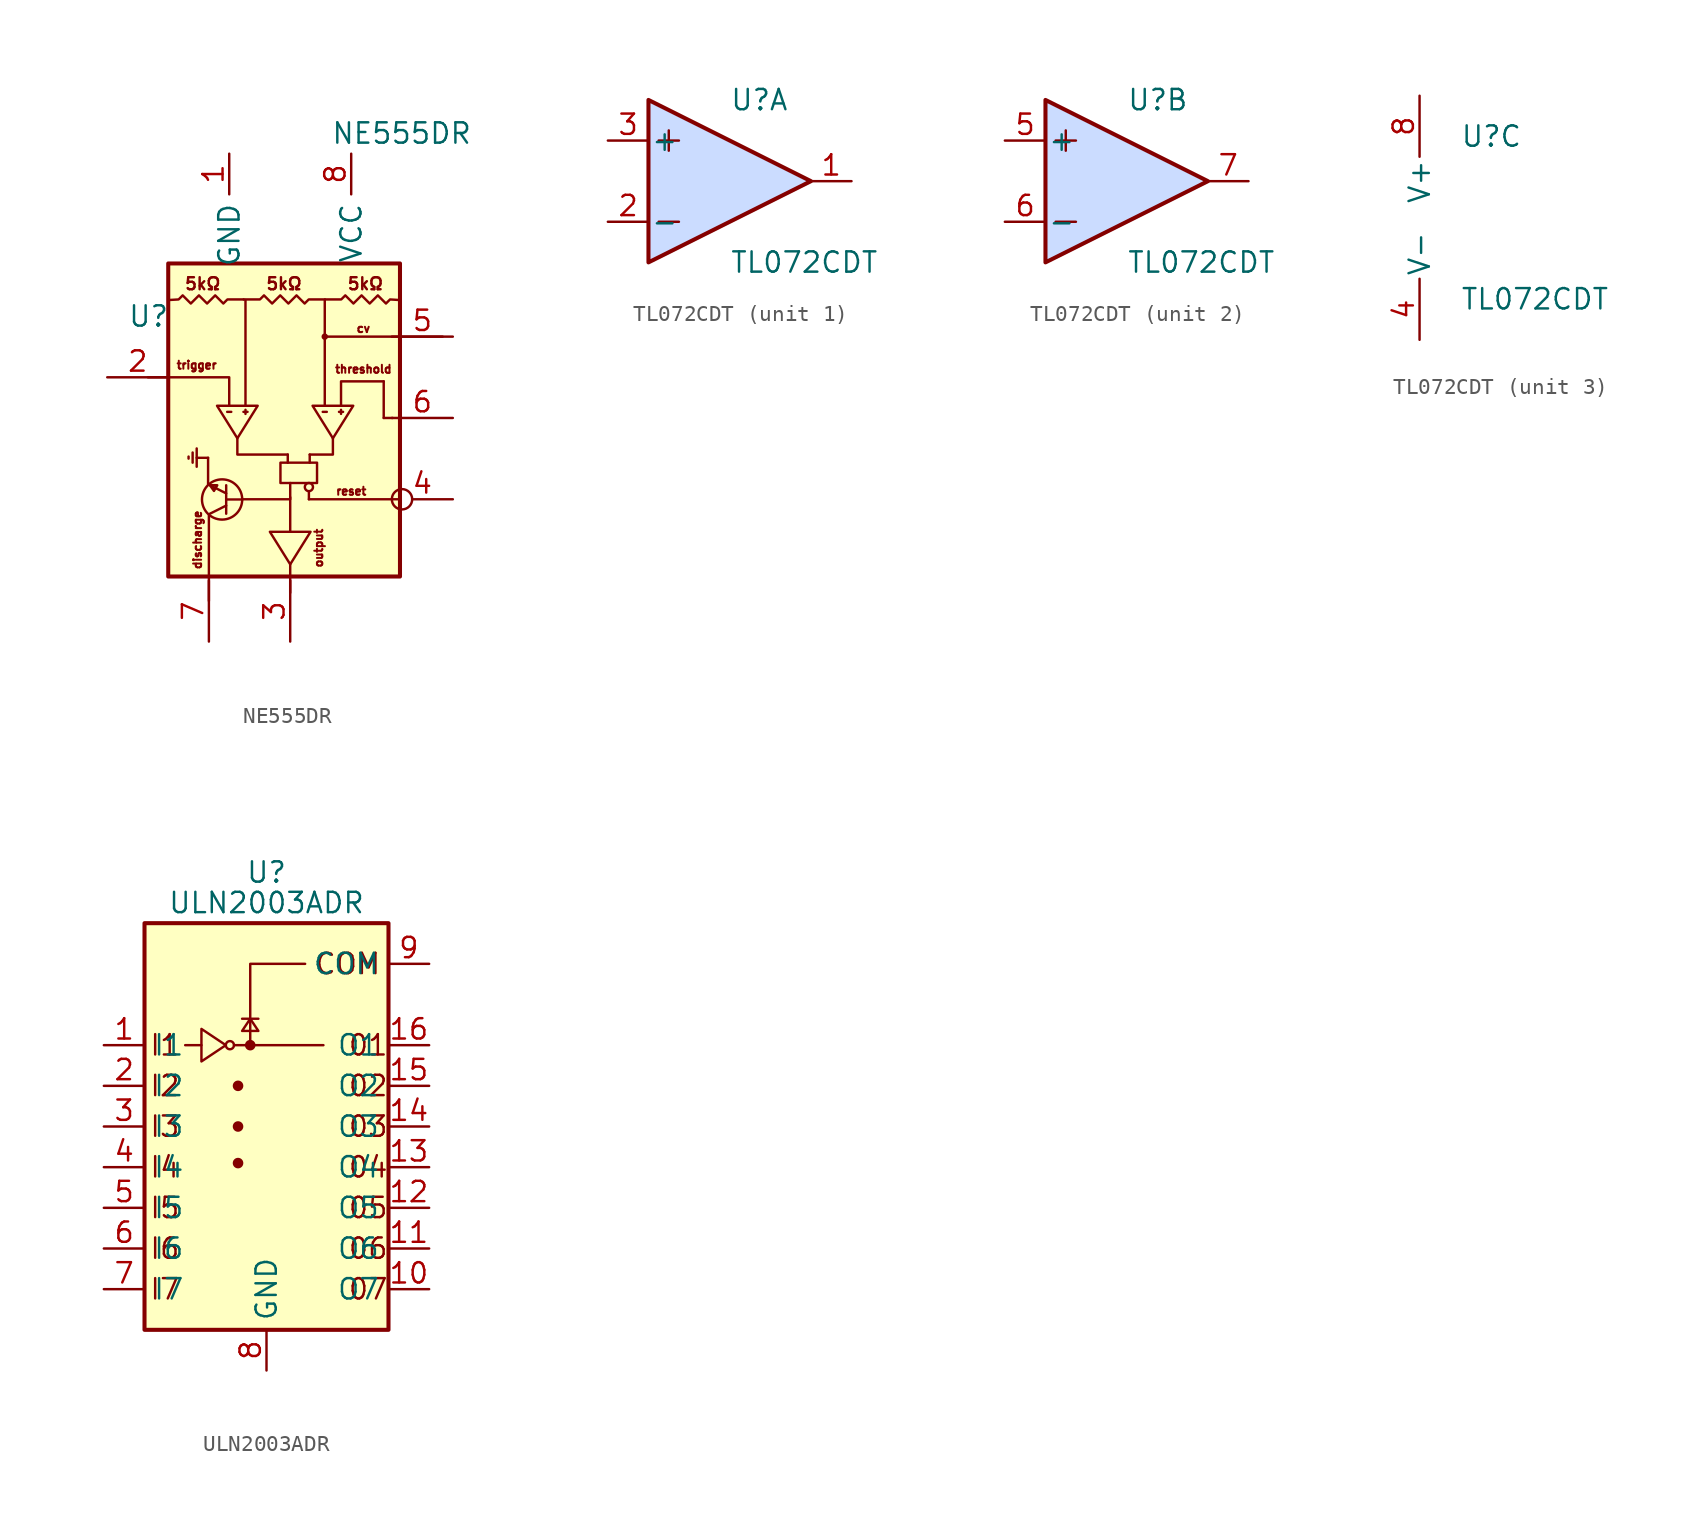
<source format=kicad_sym>
(kicad_symbol_lib
  (version 20220914)
  (generator kicad_symbol_editor)
  (symbol "NE555DR"
    (property "Reference" "U"
      (at -10.16 8.89 0)
      (effects (font (size 1.27 1.27)) (justify left)))
    (property "Value" "NE555DR"
      (at 2.54 20.32 0)
      (effects (font (size 1.27 1.27)) (justify left)))
    (symbol "NE555DR_0_0"
      (pin power_in line (at -3.81 19.05 270) (length 2.54) (name "GND" (effects (font (size 1.27 1.27)))) (number "1" (effects (font (size 1.27 1.27)))))
      (pin power_in line (at 3.81 19.05 270) (length 2.54) (name "VCC" (effects (font (size 1.27 1.27)))) (number "8" (effects (font (size 1.27 1.27))))))
    (symbol "NE555DR_0_1"
      (polyline (pts (xy 6.401 2.54) (xy 5.842 2.54)) (stroke (width 0) (type default)) (fill (type none))))
    (symbol "NE555DR_1_0"
      (text "5kΩ" (at -5.461 10.922 0) (effects (font (size 0.75 0.75))))
      (text "5kΩ" (at -0.381 10.922 0) (effects (font (size 0.75 0.75))))
      (text "5kΩ" (at 4.699 10.922 0) (effects (font (size 0.75 0.75))))
      (text "cv" (at 4.572 8.128 0) (effects (font (size 0.5 0.5))))
      (text "discharge" (at -5.791 -5.08 900) (effects (font (size 0.5 0.5))))
      (text "output" (at 1.778 -5.588 900) (effects (font (size 0.5 0.5))))
      (text "reset" (at 3.81 -2.032 0) (effects (font (size 0.5 0.5))))
      (text "threshold" (at 4.572 5.588 0) (effects (font (size 0.5 0.5))))
      (text "trigger" (at -5.842 5.842 0) (effects (font (size 0.5 0.5)))))
    (symbol "NE555DR_1_1"
      (rectangle (start -7.62 12.192) (end 6.858 -7.366) (stroke (width 0.254) (type default)) (fill (type background)))
      (circle (center -4.255 -2.553) (radius 1.257) (stroke (width 0) (type default)) (fill (type none)))
      (rectangle (start -0.61 -0.254) (end 1.676 -1.524) (stroke (width 0) (type default)) (fill (type none)))
      (polyline (pts (xy -6.35 0) (xy -6.35 0.127)) (stroke (width 0) (type default)) (fill (type none)))
      (polyline (pts (xy -6.096 -0.254) (xy -6.096 0.381)) (stroke (width 0) (type default)) (fill (type none)))
      (polyline (pts (xy -5.842 -0.508) (xy -5.842 0.635)) (stroke (width 0) (type default)) (fill (type none)))
      (polyline (pts (xy -5.131 0.051) (xy -5.842 0.051)) (stroke (width 0) (type default)) (fill (type none)))
      (polyline (pts (xy -5.131 0.051) (xy -5.131 -1.6)) (stroke (width 0) (type default)) (fill (type none)))
      (polyline (pts (xy -5.08 -8.89) (xy -5.08 -3.556)) (stroke (width 0) (type default)) (fill (type none)))
      (polyline (pts (xy -4.648 -1.778) (xy -4.775 -1.905)) (stroke (width 0) (type default)) (fill (type none)))
      (polyline (pts (xy -4 -2.934) (xy -5.016 -3.442)) (stroke (width 0) (type default)) (fill (type none)))
      (polyline (pts (xy -4 -2.553) (xy -2.985 -2.553)) (stroke (width 0) (type default)) (fill (type none)))
      (polyline (pts (xy -4 -2.172) (xy -5.016 -1.664)) (stroke (width 0) (type default)) (fill (type none)))
      (polyline (pts (xy -4 -1.664) (xy -4 -3.442)) (stroke (width 0) (type default)) (fill (type none)))
      (polyline (pts (xy -3.937 2.921) (xy -3.683 2.921)) (stroke (width 0) (type default)) (fill (type none)))
      (polyline (pts (xy -2.921 2.921) (xy -2.667 2.921)) (stroke (width 0) (type default)) (fill (type none)))
      (polyline (pts (xy -2.794 2.794) (xy -2.794 3.048)) (stroke (width 0) (type default)) (fill (type none)))
      (polyline (pts (xy -2.794 3.302) (xy -2.794 9.906)) (stroke (width 0) (type default)) (fill (type none)))
      (polyline (pts (xy -0.152 0.254) (xy -0.152 -0.254)) (stroke (width 0) (type default)) (fill (type none)))
      (polyline (pts (xy 0 -6.604) (xy 0 -8.382)) (stroke (width 0) (type default)) (fill (type none)))
      (polyline (pts (xy 0 -2.413) (xy 0 -4.572)) (stroke (width 0) (type default)) (fill (type none)))
      (polyline (pts (xy 1.168 -2.54) (xy 6.858 -2.54)) (stroke (width 0) (type default)) (fill (type none)))
      (polyline (pts (xy 1.168 -2.032) (xy 1.168 -2.54)) (stroke (width 0) (type default)) (fill (type none)))
      (polyline (pts (xy 1.219 0.254) (xy 1.219 -0.254)) (stroke (width 0) (type default)) (fill (type none)))
      (polyline (pts (xy 2.032 2.921) (xy 2.286 2.921)) (stroke (width 0) (type default)) (fill (type none)))
      (polyline (pts (xy 2.159 7.62) (xy 9.525 7.62)) (stroke (width 0) (type default)) (fill (type none)))
      (polyline (pts (xy 2.159 9.906) (xy 2.159 3.302)) (stroke (width 0) (type default)) (fill (type none)))
      (polyline (pts (xy 3.048 2.921) (xy 3.302 2.921)) (stroke (width 0) (type default)) (fill (type none)))
      (polyline (pts (xy 3.175 2.794) (xy 3.175 3.048)) (stroke (width 0) (type default)) (fill (type none)))
      (polyline (pts (xy 5.842 4.826) (xy 5.842 2.54)) (stroke (width 0) (type default)) (fill (type none)))
      (polyline (pts (xy -3.81 3.302) (xy -3.81 5.08) (xy -8.89 5.08)) (stroke (width 0) (type default)) (fill (type none)))
      (polyline (pts (xy -2.997 -2.54) (xy 0 -2.54) (xy 0 -1.524)) (stroke (width 0) (type default)) (fill (type none)))
      (polyline (pts (xy -0.152 0.254) (xy -3.302 0.254) (xy -3.302 1.27)) (stroke (width 0) (type default)) (fill (type none)))
      (polyline (pts (xy 1.219 0.254) (xy 2.667 0.254) (xy 2.667 1.27)) (stroke (width 0) (type default)) (fill (type none)))
      (polyline (pts (xy 3.175 3.302) (xy 3.175 4.826) (xy 5.842 4.826)) (stroke (width 0) (type default)) (fill (type none)))
      (polyline (pts (xy -5.016 -1.664) (xy -4.559 -1.664) (xy -4.763 -2.019) (xy -5.016 -1.664)) (stroke (width 0) (type default)) (fill (type none)))
      (polyline (pts (xy -4.572 3.302) (xy -2.032 3.302) (xy -3.302 1.27) (xy -4.572 3.302)) (stroke (width 0) (type default)) (fill (type none)))
      (polyline (pts (xy -1.27 -4.572) (xy 1.27 -4.572) (xy 0 -6.604) (xy -1.27 -4.572)) (stroke (width 0) (type default)) (fill (type none)))
      (polyline (pts (xy 1.397 3.302) (xy 3.937 3.302) (xy 2.667 1.27) (xy 1.397 3.302)) (stroke (width 0) (type default)) (fill (type none)))
      (polyline (pts (xy -7.62 9.906) (xy -6.972 9.944) (xy -6.718 10.198) (xy -6.21 9.69) (xy -5.702 10.198) (xy -5.194 9.69) (xy -4.686 10.198) (xy -4.178 9.69) (xy -3.924 9.944) (xy -2.908 9.944)) (stroke (width 0) (type default)) (fill (type none)))
      (polyline (pts (xy -2.908 9.944) (xy -1.892 9.944) (xy -1.638 10.198) (xy -1.13 9.69) (xy -0.622 10.198) (xy -0.114 9.69) (xy 0.394 10.198) (xy 0.902 9.69) (xy 1.156 9.944) (xy 2.172 9.944)) (stroke (width 0) (type default)) (fill (type none)))
      (polyline (pts (xy 2.172 9.944) (xy 3.188 9.944) (xy 3.442 10.198) (xy 3.95 9.69) (xy 4.458 10.198) (xy 4.966 9.69) (xy 5.474 10.198) (xy 5.982 9.69) (xy 6.236 9.944) (xy 6.858 9.906)) (stroke (width 0) (type default)) (fill (type none)))
      (circle (center 1.168 -1.778) (radius 0.254) (stroke (width 0) (type default)) (fill (type none)))
      (circle (center 2.159 7.62) (radius 0.127) (stroke (width 0) (type default)) (fill (type none)))
      (pin input line (at -11.43 5.08 0) (length 3.81) (name "" (effects (font (size 1.27 1.27)))) (number "2" (effects (font (size 1.27 1.27)))))
      (pin output line (at 0 -11.43 90) (length 3.81) (name "" (effects (font (size 1.27 1.27)))) (number "3" (effects (font (size 1.27 1.27)))))
      (pin input inverted (at 10.16 -2.54 180) (length 3.81) (name "" (effects (font (size 1.27 1.27)))) (number "4" (effects (font (size 1.27 1.27)))))
      (pin input line (at 10.16 7.62 180) (length 3.81) (name "" (effects (font (size 1.27 1.27)))) (number "5" (effects (font (size 1.27 1.27)))))
      (pin input line (at 10.16 2.54 180) (length 3.81) (name "" (effects (font (size 1.27 1.27)))) (number "6" (effects (font (size 1.27 1.27)))))
      (pin input line (at -5.08 -11.43 90) (length 3.81) (name "" (effects (font (size 1.27 1.27)))) (number "7" (effects (font (size 1.27 1.27)))))))
  (symbol "TL072CDT"
    (pin_names
      (offset 0.127))
    (property "Reference" "U"
      (at 0 5.08 0)
      (effects (font (size 1.27 1.27)) (justify left)))
    (property "Value" "TL072CDT"
      (at 0 -5.08 0)
      (effects (font (size 1.27 1.27)) (justify left)))
    (property "ki_locked" ""
      (at 0 0 0)
      (effects (font (size 1.27 1.27))))
    (symbol "TL072CDT_1_1"
      (polyline (pts (xy -4.445 -2.54) (xy -3.175 -2.54)) (stroke (width 0) (type default)) (fill (type none)))
      (polyline (pts (xy -4.445 2.54) (xy -3.175 2.54)) (stroke (width 0) (type default)) (fill (type none)))
      (polyline (pts (xy -3.81 3.175) (xy -3.81 1.905)) (stroke (width 0) (type default)) (fill (type none)))
      (polyline (pts (xy -5.08 5.08) (xy 5.08 0) (xy -5.08 -5.08) (xy -5.08 5.08)) (stroke (width 0.254) (type default)) (fill (type color) (color 203 220 255 1)))
      (pin output line (at 7.62 0 180) (length 2.54) (name "~" (effects (font (size 1.27 1.27)))) (number "1" (effects (font (size 1.27 1.27)))))
      (pin input line (at -7.62 -2.54 0) (length 2.54) (name "-" (effects (font (size 1.27 1.27)))) (number "2" (effects (font (size 1.27 1.27)))))
      (pin input line (at -7.62 2.54 0) (length 2.54) (name "+" (effects (font (size 1.27 1.27)))) (number "3" (effects (font (size 1.27 1.27))))))
    (symbol "TL072CDT_2_1"
      (polyline (pts (xy -4.445 -2.54) (xy -3.175 -2.54)) (stroke (width 0) (type default)) (fill (type none)))
      (polyline (pts (xy -4.445 2.54) (xy -3.175 2.54)) (stroke (width 0) (type default)) (fill (type none)))
      (polyline (pts (xy -3.81 3.175) (xy -3.81 1.905)) (stroke (width 0) (type default)) (fill (type none)))
      (polyline (pts (xy -5.08 5.08) (xy 5.08 0) (xy -5.08 -5.08) (xy -5.08 5.08)) (stroke (width 0.254) (type default)) (fill (type color) (color 203 220 255 1)))
      (pin input line (at -7.62 2.54 0) (length 2.54) (name "+" (effects (font (size 1.27 1.27)))) (number "5" (effects (font (size 1.27 1.27)))))
      (pin input line (at -7.62 -2.54 0) (length 2.54) (name "-" (effects (font (size 1.27 1.27)))) (number "6" (effects (font (size 1.27 1.27)))))
      (pin output line (at 7.62 0 180) (length 2.54) (name "~" (effects (font (size 1.27 1.27)))) (number "7" (effects (font (size 1.27 1.27))))))
    (symbol "TL072CDT_3_1"
      (pin power_in line (at -2.54 -7.62 90) (length 3.81) (name "V-" (effects (font (size 1.27 1.27)))) (number "4" (effects (font (size 1.27 1.27)))))
      (pin power_in line (at -2.54 7.62 270) (length 3.81) (name "V+" (effects (font (size 1.27 1.27)))) (number "8" (effects (font (size 1.27 1.27)))))))
  (symbol "ULN2003ADR"
    (property "Reference" "U"
      (at 0 15.875 0)
      (effects (font (size 1.27 1.27))))
    (property "Value" "ULN2003ADR"
      (at 0 13.97 0)
      (effects (font (size 1.27 1.27))))
    (symbol "ULN2003ADR_0_1"
      (circle (center -2.286 5.08) (radius 0.254) (stroke (width 0) (type default)) (fill (type none)))
      (circle (center -1.778 -2.286) (radius 0.254) (stroke (width 0) (type default)) (fill (type outline)))
      (circle (center -1.778 0) (radius 0.254) (stroke (width 0) (type default)) (fill (type outline)))
      (circle (center -1.778 2.54) (radius 0.254) (stroke (width 0) (type default)) (fill (type outline)))
      (circle (center -1.016 5.08) (radius 0.254) (stroke (width 0) (type default)) (fill (type outline)))
      (polyline (pts (xy -5.08 5.08) (xy -4.064 5.08)) (stroke (width 0) (type default)) (fill (type none)))
      (polyline (pts (xy -2.032 5.08) (xy 3.556 5.08)) (stroke (width 0) (type default)) (fill (type none)))
      (polyline (pts (xy -0.508 6.731) (xy -1.524 6.731)) (stroke (width 0) (type default)) (fill (type none)))
      (polyline (pts (xy -1.016 5.08) (xy -1.016 10.16) (xy 2.413 10.16)) (stroke (width 0) (type default)) (fill (type none)))
      (polyline (pts (xy -4.064 6.096) (xy -4.064 4.064) (xy -2.54 5.08) (xy -4.064 6.096)) (stroke (width 0) (type default)) (fill (type none)))
      (polyline (pts (xy -0.508 5.969) (xy -1.524 5.969) (xy -1.016 6.731) (xy -0.508 5.969)) (stroke (width 0) (type default)) (fill (type none))))
    (symbol "ULN2003ADR_1_1"
      (rectangle (start -7.62 12.7) (end 7.62 -12.7) (stroke (width 0.254) (type default)) (fill (type background)))
      (text "01" (at 6.35 5.08 0) (effects (font (size 1.27 1.27))))
      (text "02" (at 6.35 2.54 0) (effects (font (size 1.27 1.27))))
      (text "03" (at 6.35 0 0) (effects (font (size 1.27 1.27))))
      (text "04" (at 6.35 -2.54 0) (effects (font (size 1.27 1.27))))
      (text "05" (at 6.35 -5.08 0) (effects (font (size 1.27 1.27))))
      (text "06" (at 6.35 -7.62 0) (effects (font (size 1.27 1.27))))
      (text "07" (at 6.35 -10.16 0) (effects (font (size 1.27 1.27))))
      (text "COM" (at 5.08 10.16 0) (effects (font (size 1.27 1.27))))
      (text "I1" (at -6.35 5.08 0) (effects (font (size 1.27 1.27))))
      (text "I2" (at -6.35 2.54 0) (effects (font (size 1.27 1.27))))
      (text "I3" (at -6.35 0 0) (effects (font (size 1.27 1.27))))
      (text "I4" (at -6.35 -2.54 0) (effects (font (size 1.27 1.27))))
      (text "I5" (at -6.35 -5.08 0) (effects (font (size 1.27 1.27))))
      (text "I6" (at -6.35 -7.62 0) (effects (font (size 1.27 1.27))))
      (text "I7" (at -6.35 -10.16 0) (effects (font (size 1.27 1.27))))
      (pin input line (at -10.16 5.08 0) (length 2.54) (name "I1" (effects (font (size 1.27 1.27)))) (number "1" (effects (font (size 1.27 1.27)))))
      (pin open_collector line (at 10.16 -10.16 180) (length 2.54) (name "O7" (effects (font (size 1.27 1.27)))) (number "10" (effects (font (size 1.27 1.27)))))
      (pin open_collector line (at 10.16 -7.62 180) (length 2.54) (name "O6" (effects (font (size 1.27 1.27)))) (number "11" (effects (font (size 1.27 1.27)))))
      (pin open_collector line (at 10.16 -5.08 180) (length 2.54) (name "O5" (effects (font (size 1.27 1.27)))) (number "12" (effects (font (size 1.27 1.27)))))
      (pin open_collector line (at 10.16 -2.54 180) (length 2.54) (name "O4" (effects (font (size 1.27 1.27)))) (number "13" (effects (font (size 1.27 1.27)))))
      (pin open_collector line (at 10.16 0 180) (length 2.54) (name "O3" (effects (font (size 1.27 1.27)))) (number "14" (effects (font (size 1.27 1.27)))))
      (pin open_collector line (at 10.16 2.54 180) (length 2.54) (name "O2" (effects (font (size 1.27 1.27)))) (number "15" (effects (font (size 1.27 1.27)))))
      (pin open_collector line (at 10.16 5.08 180) (length 2.54) (name "O1" (effects (font (size 1.27 1.27)))) (number "16" (effects (font (size 1.27 1.27)))))
      (pin input line (at -10.16 2.54 0) (length 2.54) (name "I2" (effects (font (size 1.27 1.27)))) (number "2" (effects (font (size 1.27 1.27)))))
      (pin input line (at -10.16 0 0) (length 2.54) (name "I3" (effects (font (size 1.27 1.27)))) (number "3" (effects (font (size 1.27 1.27)))))
      (pin input line (at -10.16 -2.54 0) (length 2.54) (name "I4" (effects (font (size 1.27 1.27)))) (number "4" (effects (font (size 1.27 1.27)))))
      (pin input line (at -10.16 -5.08 0) (length 2.54) (name "I5" (effects (font (size 1.27 1.27)))) (number "5" (effects (font (size 1.27 1.27)))))
      (pin input line (at -10.16 -7.62 0) (length 2.54) (name "I6" (effects (font (size 1.27 1.27)))) (number "6" (effects (font (size 1.27 1.27)))))
      (pin input line (at -10.16 -10.16 0) (length 2.54) (name "I7" (effects (font (size 1.27 1.27)))) (number "7" (effects (font (size 1.27 1.27)))))
      (pin power_in line (at 0 -15.24 90) (length 2.54) (name "GND" (effects (font (size 1.27 1.27)))) (number "8" (effects (font (size 1.27 1.27)))))
      (pin passive line (at 10.16 10.16 180) (length 2.54) (name "COM" (effects (font (size 1.27 1.27)))) (number "9" (effects (font (size 1.27 1.27))))))))
</source>
